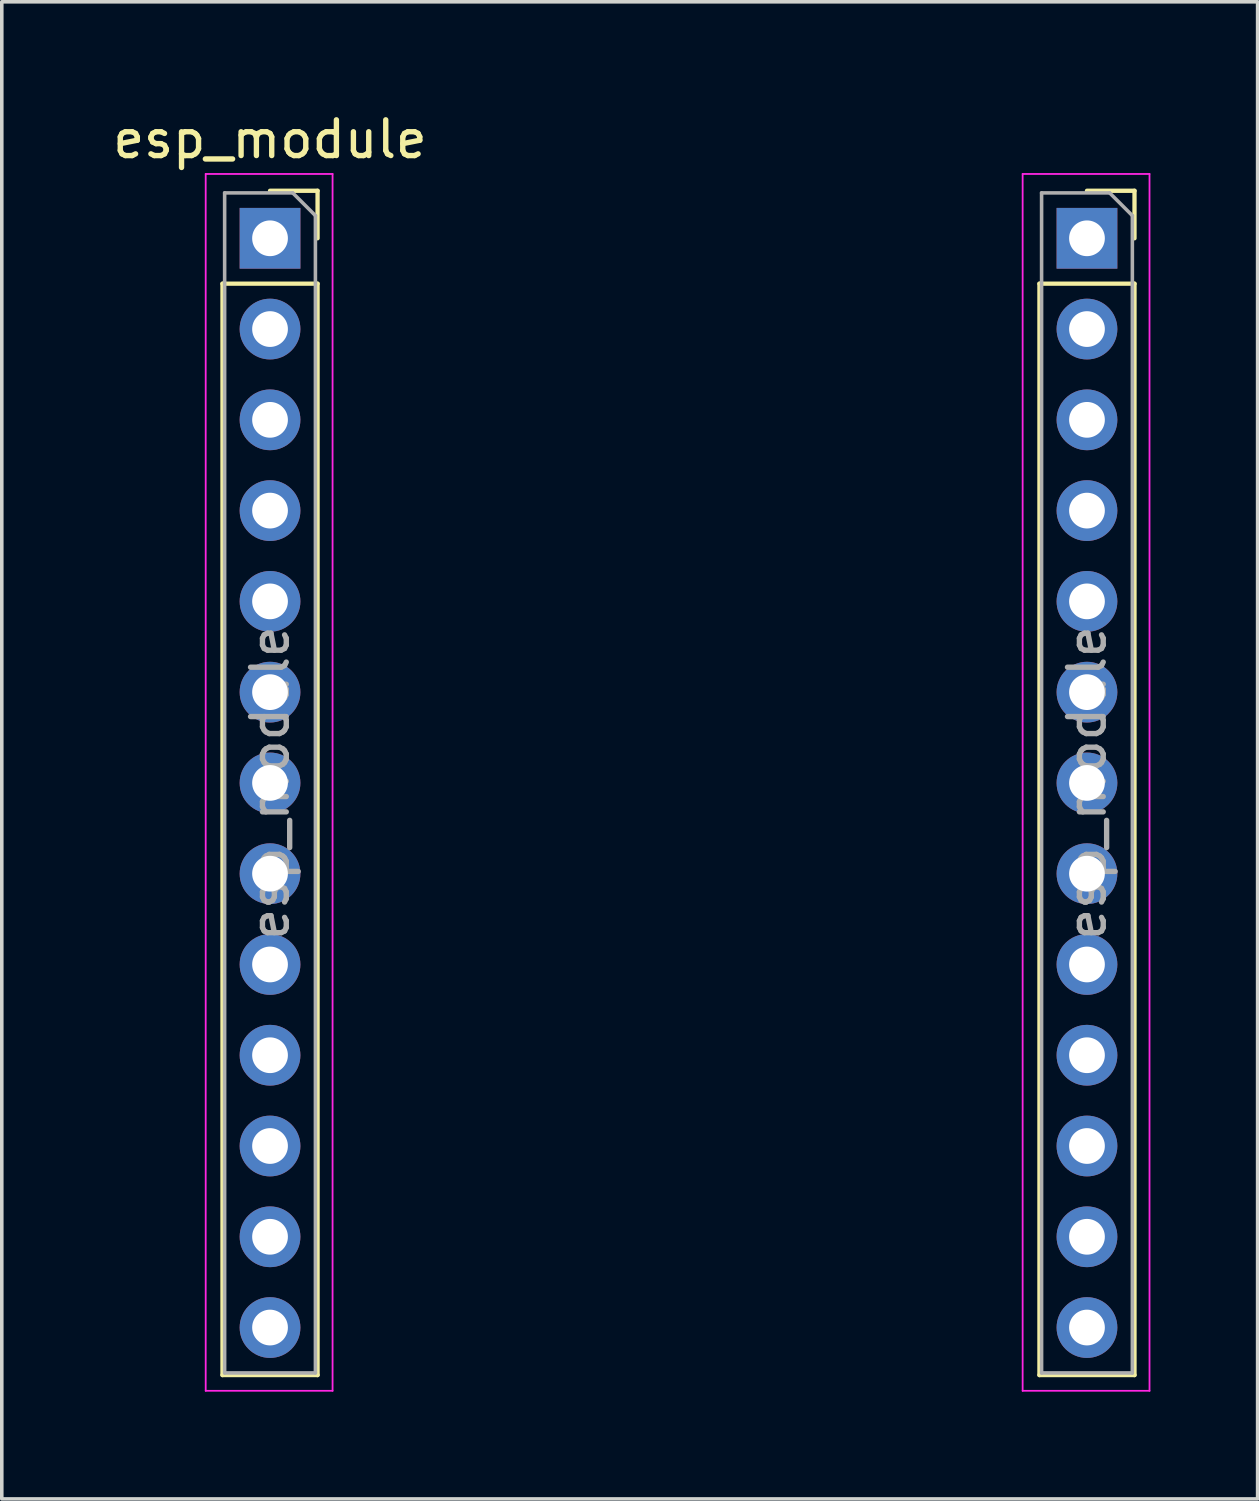
<source format=kicad_pcb>
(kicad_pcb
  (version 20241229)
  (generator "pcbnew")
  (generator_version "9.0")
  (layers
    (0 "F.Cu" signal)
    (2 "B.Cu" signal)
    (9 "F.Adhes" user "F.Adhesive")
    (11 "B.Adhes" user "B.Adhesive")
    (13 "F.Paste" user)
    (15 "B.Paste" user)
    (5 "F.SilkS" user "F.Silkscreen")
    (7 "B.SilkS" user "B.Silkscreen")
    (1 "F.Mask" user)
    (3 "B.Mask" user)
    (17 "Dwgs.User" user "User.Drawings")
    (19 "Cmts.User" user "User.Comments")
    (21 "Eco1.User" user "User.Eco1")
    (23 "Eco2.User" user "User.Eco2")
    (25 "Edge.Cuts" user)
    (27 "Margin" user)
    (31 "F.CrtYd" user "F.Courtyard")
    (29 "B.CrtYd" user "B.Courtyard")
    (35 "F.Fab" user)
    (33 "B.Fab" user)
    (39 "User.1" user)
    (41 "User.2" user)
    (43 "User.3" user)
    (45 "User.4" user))
  (footprint "esp_module"
    (layer "F.Cu")
    (at 4.506 3.618)
    (property "Reference" "esp_module" (at 0 -2.77 0) (layer "F.SilkS") (effects (font (size 1 1) (thickness 0.15))))
    (attr through_hole)
    (fp_line (start -1.33 1.27) (end -1.33 31.81) (stroke (width 0.12) (type solid)) (layer "F.SilkS"))
    (fp_line (start -1.33 1.27) (end 1.33 1.27) (stroke (width 0.12) (type solid)) (layer "F.SilkS"))
    (fp_line (start -1.33 31.81) (end 1.33 31.81) (stroke (width 0.12) (type solid)) (layer "F.SilkS"))
    (fp_line (start 0 -1.33) (end 1.33 -1.33) (stroke (width 0.12) (type solid)) (layer "F.SilkS"))
    (fp_line (start 1.33 -1.33) (end 1.33 0) (stroke (width 0.12) (type solid)) (layer "F.SilkS"))
    (fp_line (start 1.33 1.27) (end 1.33 31.81) (stroke (width 0.12) (type solid)) (layer "F.SilkS"))
    (fp_line (start 21.53 1.27) (end 21.53 31.81) (stroke (width 0.12) (type solid)) (layer "F.SilkS"))
    (fp_line (start 21.53 1.27) (end 24.19 1.27) (stroke (width 0.12) (type solid)) (layer "F.SilkS"))
    (fp_line (start 21.53 31.81) (end 24.19 31.81) (stroke (width 0.12) (type solid)) (layer "F.SilkS"))
    (fp_line (start 22.86 -1.33) (end 24.19 -1.33) (stroke (width 0.12) (type solid)) (layer "F.SilkS"))
    (fp_line (start 24.19 -1.33) (end 24.19 0) (stroke (width 0.12) (type solid)) (layer "F.SilkS"))
    (fp_line (start 24.19 1.27) (end 24.19 31.81) (stroke (width 0.12) (type solid)) (layer "F.SilkS"))
    (fp_line (start -1.8 -1.8) (end 1.75 -1.8) (stroke (width 0.05) (type solid)) (layer "F.CrtYd"))
    (fp_line (start -1.8 32.25) (end -1.8 -1.8) (stroke (width 0.05) (type solid)) (layer "F.CrtYd"))
    (fp_line (start 1.75 -1.8) (end 1.75 32.25) (stroke (width 0.05) (type solid)) (layer "F.CrtYd"))
    (fp_line (start 1.75 32.25) (end -1.8 32.25) (stroke (width 0.05) (type solid)) (layer "F.CrtYd"))
    (fp_line (start 21.06 -1.8) (end 24.61 -1.8) (stroke (width 0.05) (type solid)) (layer "F.CrtYd"))
    (fp_line (start 21.06 32.25) (end 21.06 -1.8) (stroke (width 0.05) (type solid)) (layer "F.CrtYd"))
    (fp_line (start 24.61 -1.8) (end 24.61 32.25) (stroke (width 0.05) (type solid)) (layer "F.CrtYd"))
    (fp_line (start 24.61 32.25) (end 21.06 32.25) (stroke (width 0.05) (type solid)) (layer "F.CrtYd"))
    (fp_line (start -1.27 -1.27) (end 0.635 -1.27) (stroke (width 0.1) (type solid)) (layer "F.Fab"))
    (fp_line (start -1.27 31.75) (end -1.27 -1.27) (stroke (width 0.1) (type solid)) (layer "F.Fab"))
    (fp_line (start 0.635 -1.27) (end 1.27 -0.635) (stroke (width 0.1) (type solid)) (layer "F.Fab"))
    (fp_line (start 1.27 -0.635) (end 1.27 31.75) (stroke (width 0.1) (type solid)) (layer "F.Fab"))
    (fp_line (start 1.27 31.75) (end -1.27 31.75) (stroke (width 0.1) (type solid)) (layer "F.Fab"))
    (fp_line (start 21.59 -1.27) (end 23.495 -1.27) (stroke (width 0.1) (type solid)) (layer "F.Fab"))
    (fp_line (start 21.59 31.75) (end 21.59 -1.27) (stroke (width 0.1) (type solid)) (layer "F.Fab"))
    (fp_line (start 23.495 -1.27) (end 24.13 -0.635) (stroke (width 0.1) (type solid)) (layer "F.Fab"))
    (fp_line (start 24.13 -0.635) (end 24.13 31.75) (stroke (width 0.1) (type solid)) (layer "F.Fab"))
    (fp_line (start 24.13 31.75) (end 21.59 31.75) (stroke (width 0.1) (type solid)) (layer "F.Fab"))
    (fp_text user "${REFERENCE}" (at 22.86 15.24 90) (layer "F.Fab") (effects (font (size 1 1) (thickness 0.15))))
    (fp_text user "${REFERENCE}" (at 0 15.24 90) (layer "F.Fab") (effects (font (size 1 1) (thickness 0.15))))
    (pad "1" thru_hole rect (at 0 0) (size 1.7 1.7) (drill 1) (layers "*.Cu" "*.Mask"))
    (pad "2" thru_hole oval (at 0 2.54) (size 1.7 1.7) (drill 1) (layers "*.Cu" "*.Mask"))
    (pad "3" thru_hole oval (at 0 5.08) (size 1.7 1.7) (drill 1) (layers "*.Cu" "*.Mask"))
    (pad "4" thru_hole oval (at 0 7.62) (size 1.7 1.7) (drill 1) (layers "*.Cu" "*.Mask"))
    (pad "5" thru_hole oval (at 0 10.16) (size 1.7 1.7) (drill 1) (layers "*.Cu" "*.Mask"))
    (pad "6" thru_hole oval (at 0 12.7) (size 1.7 1.7) (drill 1) (layers "*.Cu" "*.Mask"))
    (pad "7" thru_hole oval (at 0 15.24) (size 1.7 1.7) (drill 1) (layers "*.Cu" "*.Mask"))
    (pad "8" thru_hole oval (at 0 17.78) (size 1.7 1.7) (drill 1) (layers "*.Cu" "*.Mask"))
    (pad "9" thru_hole oval (at 0 20.32) (size 1.7 1.7) (drill 1) (layers "*.Cu" "*.Mask"))
    (pad "10" thru_hole oval (at 0 22.86) (size 1.7 1.7) (drill 1) (layers "*.Cu" "*.Mask"))
    (pad "11" thru_hole oval (at 0 25.4) (size 1.7 1.7) (drill 1) (layers "*.Cu" "*.Mask"))
    (pad "12" thru_hole oval (at 0 27.94) (size 1.7 1.7) (drill 1) (layers "*.Cu" "*.Mask"))
    (pad "13" thru_hole oval (at 0 30.48) (size 1.7 1.7) (drill 1) (layers "*.Cu" "*.Mask"))
    (pad "14" thru_hole oval (at 22.86 30.48) (size 1.7 1.7) (drill 1) (layers "*.Cu" "*.Mask"))
    (pad "15" thru_hole oval (at 22.86 27.94) (size 1.7 1.7) (drill 1) (layers "*.Cu" "*.Mask"))
    (pad "16" thru_hole oval (at 22.86 25.4) (size 1.7 1.7) (drill 1) (layers "*.Cu" "*.Mask"))
    (pad "17" thru_hole oval (at 22.86 22.86) (size 1.7 1.7) (drill 1) (layers "*.Cu" "*.Mask"))
    (pad "18" thru_hole oval (at 22.86 20.32) (size 1.7 1.7) (drill 1) (layers "*.Cu" "*.Mask"))
    (pad "19" thru_hole oval (at 22.86 17.78) (size 1.7 1.7) (drill 1) (layers "*.Cu" "*.Mask"))
    (pad "20" thru_hole oval (at 22.86 15.24) (size 1.7 1.7) (drill 1) (layers "*.Cu" "*.Mask"))
    (pad "21" thru_hole oval (at 22.86 12.7) (size 1.7 1.7) (drill 1) (layers "*.Cu" "*.Mask"))
    (pad "22" thru_hole oval (at 22.86 10.16) (size 1.7 1.7) (drill 1) (layers "*.Cu" "*.Mask"))
    (pad "23" thru_hole oval (at 22.86 7.62) (size 1.7 1.7) (drill 1) (layers "*.Cu" "*.Mask"))
    (pad "24" thru_hole oval (at 22.86 5.08) (size 1.7 1.7) (drill 1) (layers "*.Cu" "*.Mask"))
    (pad "25" thru_hole oval (at 22.86 2.54) (size 1.7 1.7) (drill 1) (layers "*.Cu" "*.Mask"))
    (pad "26" thru_hole rect (at 22.86 0) (size 1.7 1.7) (drill 1) (layers "*.Cu" "*.Mask")))
  (gr_rect
    (start -3 -3)
    (end 32.141 38.893)
    (stroke (width 0.1) (type default))
    (fill no)
    (layer "Edge.Cuts")))
</source>
